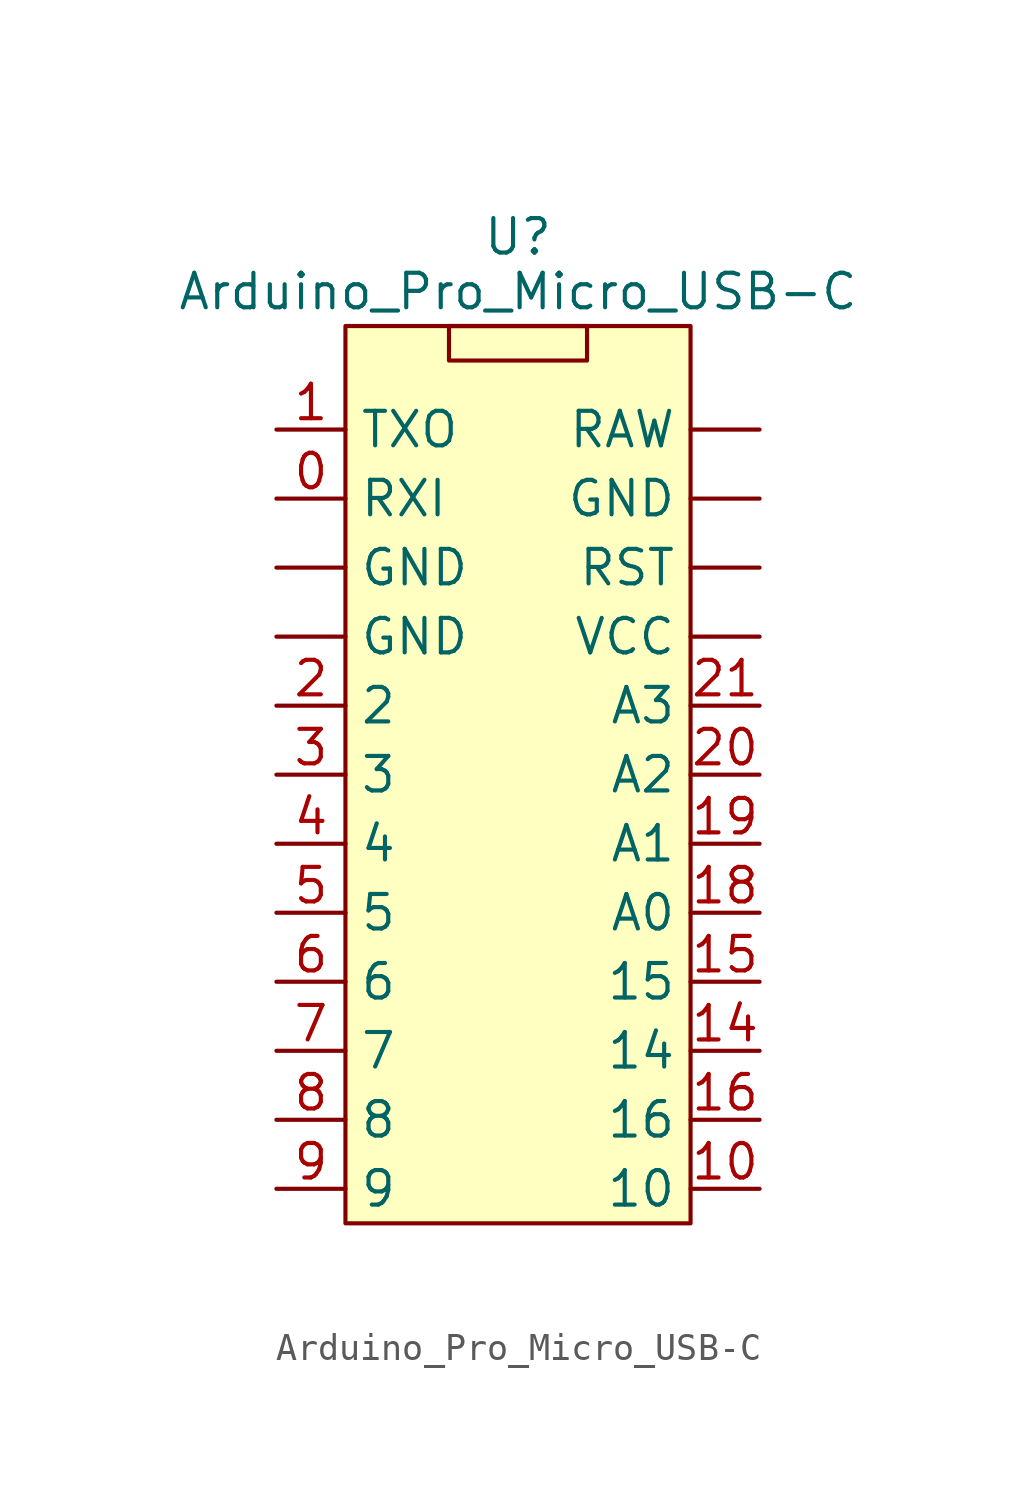
<source format=kicad_sym>
(kicad_symbol_lib
  (version 20211014)
  (generator kicad_symbol_editor)
  (symbol "Arduino_Pro_Micro_USB-C"
    (property "Reference" "U"
      (at 0 19.05 0)
      (effects (font (size 1.27 1.27)) (justify bottom)))
    (property "Value" "Arduino_Pro_Micro_USB-C"
      (at 0 17.78 0)
      (effects (font (size 1.27 1.27))))
    (symbol "Arduino_Pro_Micro_USB-C_0_1"
      (rectangle (start -6.35 16.51) (end 6.35 -16.51) (stroke (width 0) (type default) (color 0 0 0 0)) (fill (type background)))
      (rectangle (start 2.54 16.51) (end -2.54 15.24) (stroke (width 0) (type default) (color 0 0 0 0)) (fill (type none)))
      (pin power_in line (at -8.89 5.08 0) (length 2.54) (name "GND" (effects (font (size 1.27 1.27)))) (number "" (effects (font (size 1.27 1.27)))))
      (pin power_in line (at -8.89 7.62 0) (length 2.54) (name "GND" (effects (font (size 1.27 1.27)))) (number "" (effects (font (size 1.27 1.27)))))
      (pin power_out line (at 8.89 10.16 180) (length 2.54) (name "GND" (effects (font (size 1.27 1.27)))) (number "" (effects (font (size 1.27 1.27)))))
      (pin power_out line (at 8.89 12.7 180) (length 2.54) (name "RAW" (effects (font (size 1.27 1.27)))) (number "" (effects (font (size 1.27 1.27)))))
      (pin bidirectional line (at 8.89 7.62 180) (length 2.54) (name "RST" (effects (font (size 1.27 1.27)))) (number "" (effects (font (size 1.27 1.27)))))
      (pin power_out line (at 8.89 5.08 180) (length 2.54) (name "VCC" (effects (font (size 1.27 1.27)))) (number "" (effects (font (size 1.27 1.27)))))
      (pin input line (at -8.89 10.16 0) (length 2.54) (name "RXI" (effects (font (size 1.27 1.27)))) (number "0" (effects (font (size 1.27 1.27)))))
      (pin output line (at -8.89 12.7 0) (length 2.54) (name "TXO" (effects (font (size 1.27 1.27)))) (number "1" (effects (font (size 1.27 1.27)))))
      (pin bidirectional line (at 8.89 -15.24 180) (length 2.54) (name "10" (effects (font (size 1.27 1.27)))) (number "10" (effects (font (size 1.27 1.27)))))
      (pin bidirectional line (at 8.89 -10.16 180) (length 2.54) (name "14" (effects (font (size 1.27 1.27)))) (number "14" (effects (font (size 1.27 1.27)))))
      (pin bidirectional line (at 8.89 -7.62 180) (length 2.54) (name "15" (effects (font (size 1.27 1.27)))) (number "15" (effects (font (size 1.27 1.27)))))
      (pin bidirectional line (at 8.89 -12.7 180) (length 2.54) (name "16" (effects (font (size 1.27 1.27)))) (number "16" (effects (font (size 1.27 1.27)))))
      (pin bidirectional line (at 8.89 -5.08 180) (length 2.54) (name "A0" (effects (font (size 1.27 1.27)))) (number "18" (effects (font (size 1.27 1.27)))))
      (pin bidirectional line (at 8.89 -2.54 180) (length 2.54) (name "A1" (effects (font (size 1.27 1.27)))) (number "19" (effects (font (size 1.27 1.27)))))
      (pin bidirectional line (at -8.89 2.54 0) (length 2.54) (name "2" (effects (font (size 1.27 1.27)))) (number "2" (effects (font (size 1.27 1.27)))))
      (pin bidirectional line (at 8.89 0 180) (length 2.54) (name "A2" (effects (font (size 1.27 1.27)))) (number "20" (effects (font (size 1.27 1.27)))))
      (pin bidirectional line (at 8.89 2.54 180) (length 2.54) (name "A3" (effects (font (size 1.27 1.27)))) (number "21" (effects (font (size 1.27 1.27)))))
      (pin bidirectional line (at -8.89 0 0) (length 2.54) (name "3" (effects (font (size 1.27 1.27)))) (number "3" (effects (font (size 1.27 1.27)))))
      (pin bidirectional line (at -8.89 -2.54 0) (length 2.54) (name "4" (effects (font (size 1.27 1.27)))) (number "4" (effects (font (size 1.27 1.27)))))
      (pin bidirectional line (at -8.89 -5.08 0) (length 2.54) (name "5" (effects (font (size 1.27 1.27)))) (number "5" (effects (font (size 1.27 1.27)))))
      (pin bidirectional line (at -8.89 -7.62 0) (length 2.54) (name "6" (effects (font (size 1.27 1.27)))) (number "6" (effects (font (size 1.27 1.27)))))
      (pin bidirectional line (at -8.89 -10.16 0) (length 2.54) (name "7" (effects (font (size 1.27 1.27)))) (number "7" (effects (font (size 1.27 1.27)))))
      (pin bidirectional line (at -8.89 -12.7 0) (length 2.54) (name "8" (effects (font (size 1.27 1.27)))) (number "8" (effects (font (size 1.27 1.27)))))
      (pin bidirectional line (at -8.89 -15.24 0) (length 2.54) (name "9" (effects (font (size 1.27 1.27)))) (number "9" (effects (font (size 1.27 1.27))))))))
</source>
